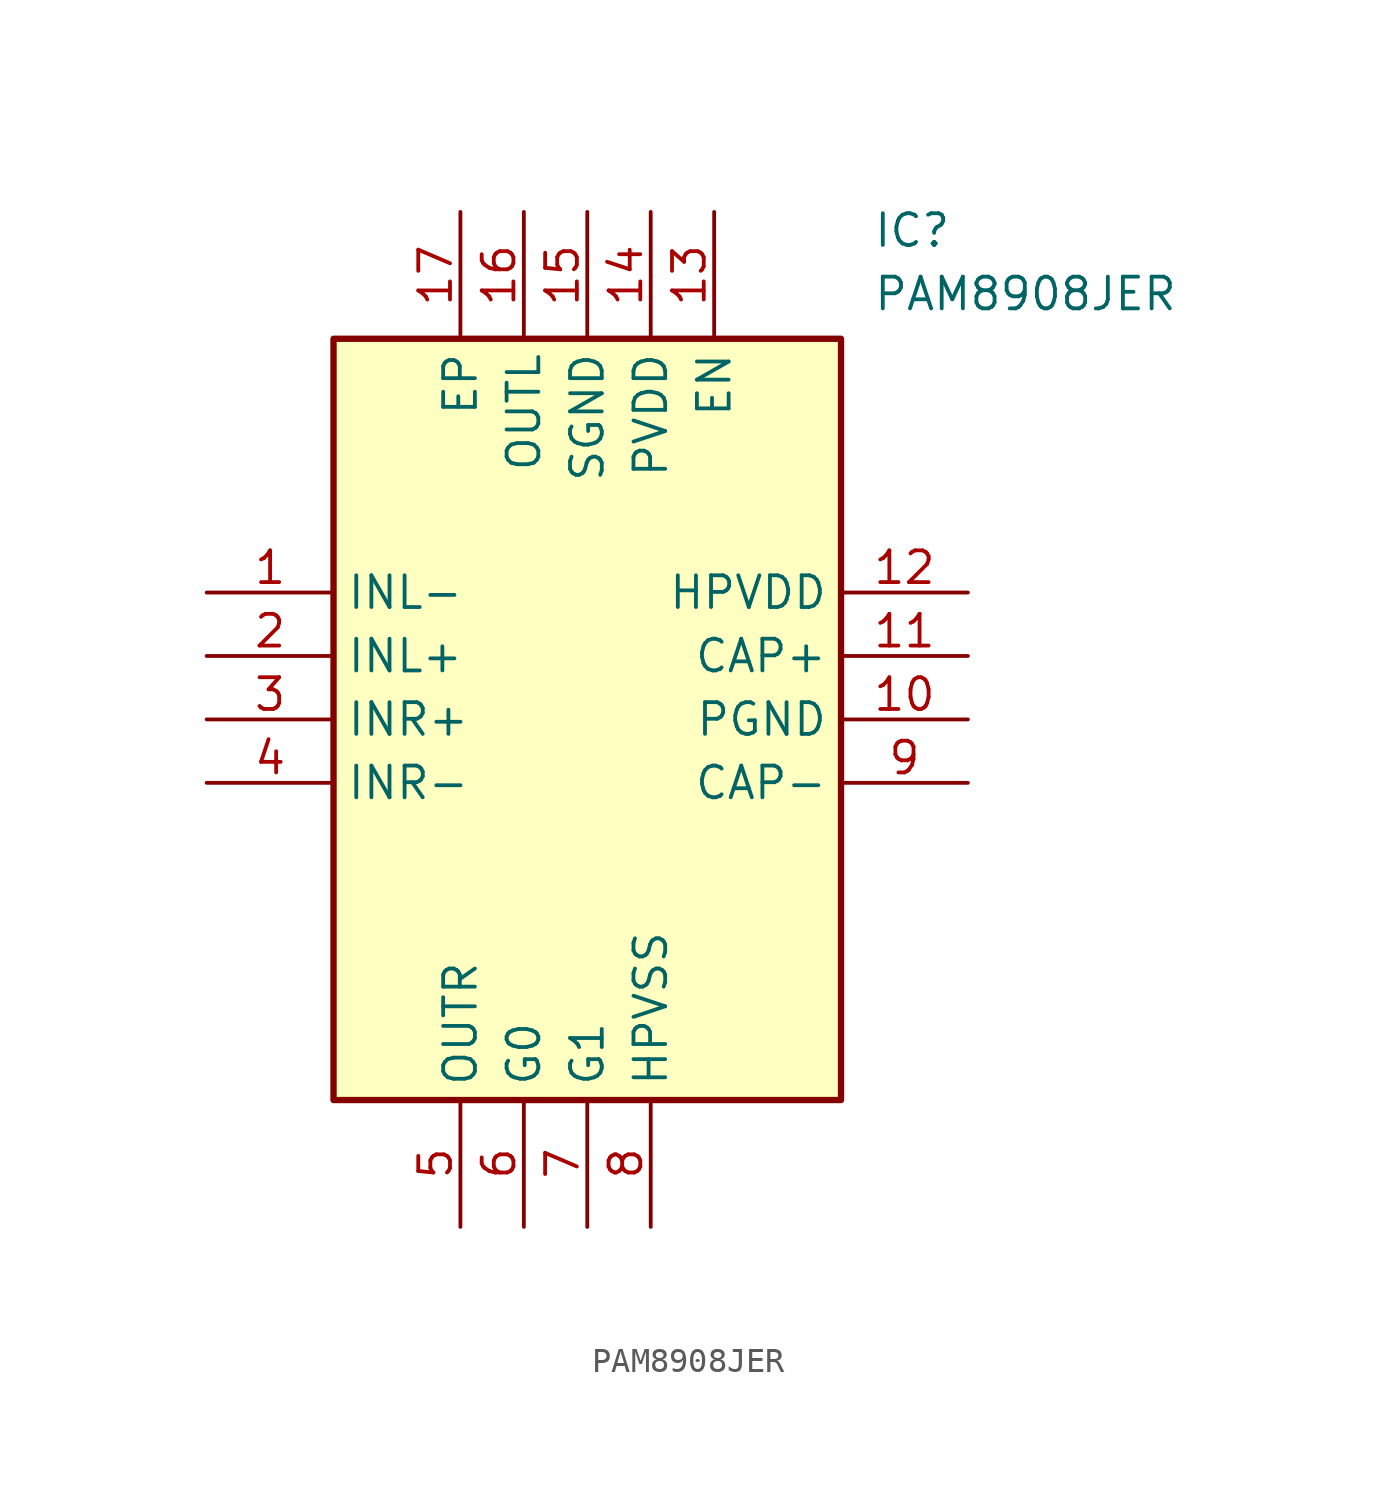
<source format=kicad_sym>
(kicad_symbol_lib
  (version 20211014)
  (generator SamacSys_ECAD_Model)
  (symbol "PAM8908JER"
    (property "Reference" "IC"
      (at 26.67 15.24 0)
      (effects (font (size 1.27 1.27)) (justify left top)))
    (property "Value" "PAM8908JER"
      (at 26.67 12.7 0)
      (effects (font (size 1.27 1.27)) (justify left top)))
    (rectangle
      (start 5.08 10.16)
      (end 25.4 -20.32)
      (stroke (width 0.254) (type default))
      (fill (type background)))
    (pin passive line
      (at 0 0 0)
      (length 5.08)
      (name "INL-" (effects (font (size 1.27 1.27))))
      (number "1" (effects (font (size 1.27 1.27)))))
    (pin passive line
      (at 0 -2.54 0)
      (length 5.08)
      (name "INL+" (effects (font (size 1.27 1.27))))
      (number "2" (effects (font (size 1.27 1.27)))))
    (pin passive line
      (at 0 -5.08 0)
      (length 5.08)
      (name "INR+" (effects (font (size 1.27 1.27))))
      (number "3" (effects (font (size 1.27 1.27)))))
    (pin passive line
      (at 0 -7.62 0)
      (length 5.08)
      (name "INR-" (effects (font (size 1.27 1.27))))
      (number "4" (effects (font (size 1.27 1.27)))))
    (pin passive line
      (at 10.16 -25.4 90)
      (length 5.08)
      (name "OUTR" (effects (font (size 1.27 1.27))))
      (number "5" (effects (font (size 1.27 1.27)))))
    (pin passive line
      (at 12.7 -25.4 90)
      (length 5.08)
      (name "G0" (effects (font (size 1.27 1.27))))
      (number "6" (effects (font (size 1.27 1.27)))))
    (pin passive line
      (at 15.24 -25.4 90)
      (length 5.08)
      (name "G1" (effects (font (size 1.27 1.27))))
      (number "7" (effects (font (size 1.27 1.27)))))
    (pin passive line
      (at 17.78 -25.4 90)
      (length 5.08)
      (name "HPVSS" (effects (font (size 1.27 1.27))))
      (number "8" (effects (font (size 1.27 1.27)))))
    (pin passive line
      (at 30.48 0 180)
      (length 5.08)
      (name "HPVDD" (effects (font (size 1.27 1.27))))
      (number "12" (effects (font (size 1.27 1.27)))))
    (pin passive line
      (at 30.48 -2.54 180)
      (length 5.08)
      (name "CAP+" (effects (font (size 1.27 1.27))))
      (number "11" (effects (font (size 1.27 1.27)))))
    (pin passive line
      (at 30.48 -5.08 180)
      (length 5.08)
      (name "PGND" (effects (font (size 1.27 1.27))))
      (number "10" (effects (font (size 1.27 1.27)))))
    (pin passive line
      (at 30.48 -7.62 180)
      (length 5.08)
      (name "CAP-" (effects (font (size 1.27 1.27))))
      (number "9" (effects (font (size 1.27 1.27)))))
    (pin passive line
      (at 10.16 15.24 270)
      (length 5.08)
      (name "EP" (effects (font (size 1.27 1.27))))
      (number "17" (effects (font (size 1.27 1.27)))))
    (pin passive line
      (at 12.7 15.24 270)
      (length 5.08)
      (name "OUTL" (effects (font (size 1.27 1.27))))
      (number "16" (effects (font (size 1.27 1.27)))))
    (pin passive line
      (at 15.24 15.24 270)
      (length 5.08)
      (name "SGND" (effects (font (size 1.27 1.27))))
      (number "15" (effects (font (size 1.27 1.27)))))
    (pin passive line
      (at 17.78 15.24 270)
      (length 5.08)
      (name "PVDD" (effects (font (size 1.27 1.27))))
      (number "14" (effects (font (size 1.27 1.27)))))
    (pin passive line
      (at 20.32 15.24 270)
      (length 5.08)
      (name "EN" (effects (font (size 1.27 1.27))))
      (number "13" (effects (font (size 1.27 1.27)))))))
</source>
